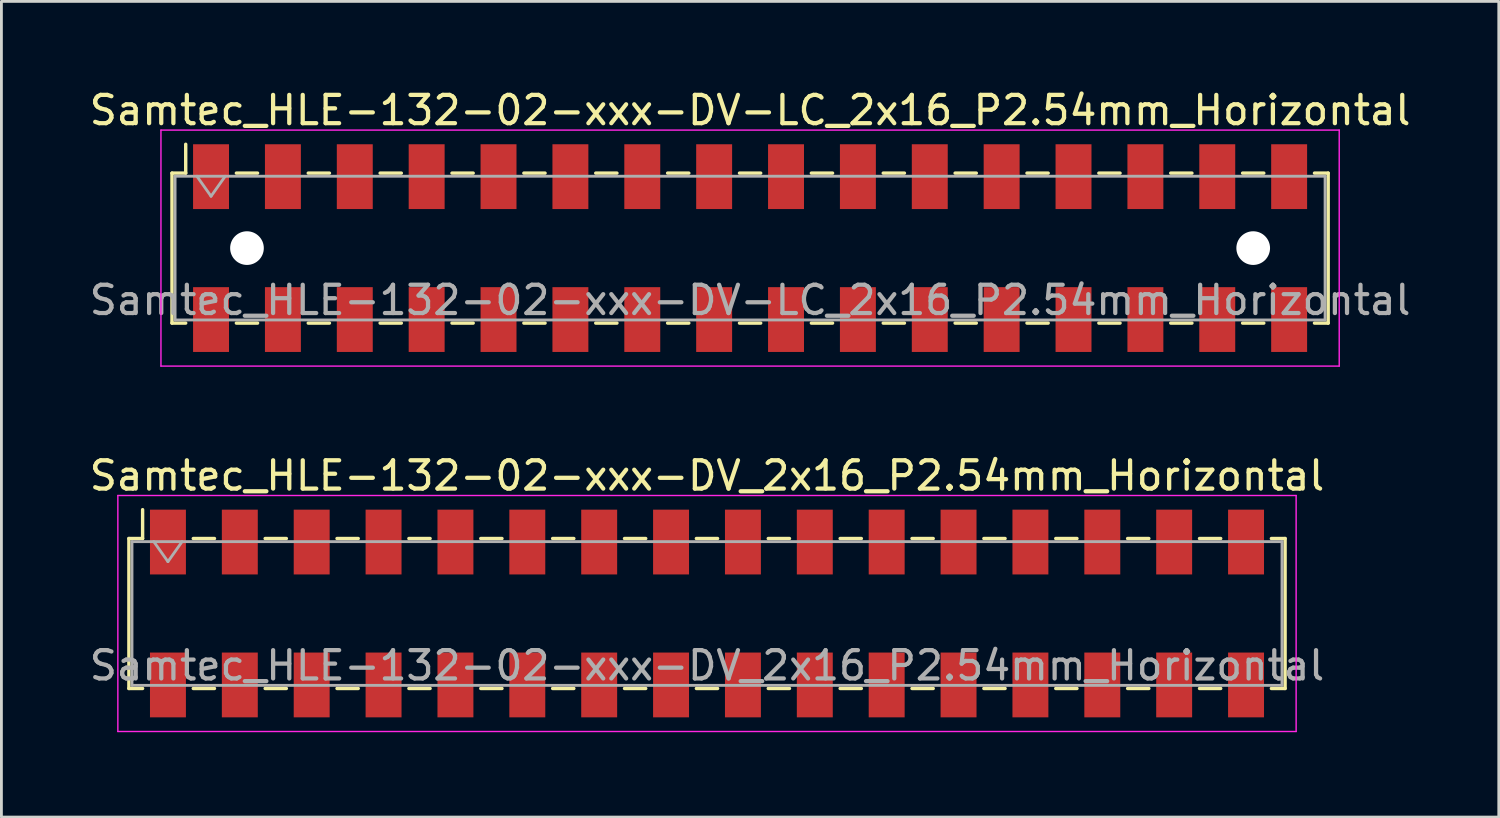
<source format=kicad_pcb>
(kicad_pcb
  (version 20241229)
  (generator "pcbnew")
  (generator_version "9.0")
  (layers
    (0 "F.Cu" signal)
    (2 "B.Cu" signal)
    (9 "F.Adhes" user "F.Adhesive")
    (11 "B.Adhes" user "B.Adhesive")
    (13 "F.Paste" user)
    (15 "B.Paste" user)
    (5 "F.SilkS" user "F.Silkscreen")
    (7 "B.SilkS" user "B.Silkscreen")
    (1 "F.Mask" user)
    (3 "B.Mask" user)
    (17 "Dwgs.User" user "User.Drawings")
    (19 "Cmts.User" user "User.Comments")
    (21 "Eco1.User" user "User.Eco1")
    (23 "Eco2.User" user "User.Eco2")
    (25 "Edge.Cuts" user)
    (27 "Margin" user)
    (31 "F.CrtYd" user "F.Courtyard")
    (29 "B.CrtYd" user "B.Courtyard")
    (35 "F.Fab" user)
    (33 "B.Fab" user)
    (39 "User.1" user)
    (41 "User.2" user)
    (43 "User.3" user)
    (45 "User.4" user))
  (footprint "Samtec_HLE-132-02-xxx-DV-LC_2x16_P2.54mm_Horizontal"
    (layer "F.Cu")
    (at 23.458 5.718)
    (property "Reference" "Samtec_HLE-132-02-xxx-DV-LC_2x16_P2.54mm_Horizontal" (at 0 -4.87 0) (layer "F.SilkS") (effects (font (size 1 1) (thickness 0.15))))
    (attr smd)
    (fp_line (start -20.43 -2.65) (end -20.43 2.65) (stroke (width 0.12) (type solid)) (layer "F.SilkS"))
    (fp_line (start -20.43 2.65) (end -19.945 2.65) (stroke (width 0.12) (type solid)) (layer "F.SilkS"))
    (fp_line (start -19.945 -3.67) (end -19.945 -2.65) (stroke (width 0.12) (type solid)) (layer "F.SilkS"))
    (fp_line (start -19.945 -2.65) (end -20.43 -2.65) (stroke (width 0.12) (type solid)) (layer "F.SilkS"))
    (fp_line (start -18.155 -2.65) (end -17.405 -2.65) (stroke (width 0.12) (type solid)) (layer "F.SilkS"))
    (fp_line (start -18.155 2.65) (end -17.405 2.65) (stroke (width 0.12) (type solid)) (layer "F.SilkS"))
    (fp_line (start -15.615 -2.65) (end -14.865 -2.65) (stroke (width 0.12) (type solid)) (layer "F.SilkS"))
    (fp_line (start -15.615 2.65) (end -14.865 2.65) (stroke (width 0.12) (type solid)) (layer "F.SilkS"))
    (fp_line (start -13.075 -2.65) (end -12.325 -2.65) (stroke (width 0.12) (type solid)) (layer "F.SilkS"))
    (fp_line (start -13.075 2.65) (end -12.325 2.65) (stroke (width 0.12) (type solid)) (layer "F.SilkS"))
    (fp_line (start -10.535 -2.65) (end -9.785 -2.65) (stroke (width 0.12) (type solid)) (layer "F.SilkS"))
    (fp_line (start -10.535 2.65) (end -9.785 2.65) (stroke (width 0.12) (type solid)) (layer "F.SilkS"))
    (fp_line (start -7.995 -2.65) (end -7.245 -2.65) (stroke (width 0.12) (type solid)) (layer "F.SilkS"))
    (fp_line (start -7.995 2.65) (end -7.245 2.65) (stroke (width 0.12) (type solid)) (layer "F.SilkS"))
    (fp_line (start -5.455 -2.65) (end -4.705 -2.65) (stroke (width 0.12) (type solid)) (layer "F.SilkS"))
    (fp_line (start -5.455 2.65) (end -4.705 2.65) (stroke (width 0.12) (type solid)) (layer "F.SilkS"))
    (fp_line (start -2.915 -2.65) (end -2.165 -2.65) (stroke (width 0.12) (type solid)) (layer "F.SilkS"))
    (fp_line (start -2.915 2.65) (end -2.165 2.65) (stroke (width 0.12) (type solid)) (layer "F.SilkS"))
    (fp_line (start -0.375 -2.65) (end 0.375 -2.65) (stroke (width 0.12) (type solid)) (layer "F.SilkS"))
    (fp_line (start -0.375 2.65) (end 0.375 2.65) (stroke (width 0.12) (type solid)) (layer "F.SilkS"))
    (fp_line (start 2.165 -2.65) (end 2.915 -2.65) (stroke (width 0.12) (type solid)) (layer "F.SilkS"))
    (fp_line (start 2.165 2.65) (end 2.915 2.65) (stroke (width 0.12) (type solid)) (layer "F.SilkS"))
    (fp_line (start 4.705 -2.65) (end 5.455 -2.65) (stroke (width 0.12) (type solid)) (layer "F.SilkS"))
    (fp_line (start 4.705 2.65) (end 5.455 2.65) (stroke (width 0.12) (type solid)) (layer "F.SilkS"))
    (fp_line (start 7.245 -2.65) (end 7.995 -2.65) (stroke (width 0.12) (type solid)) (layer "F.SilkS"))
    (fp_line (start 7.245 2.65) (end 7.995 2.65) (stroke (width 0.12) (type solid)) (layer "F.SilkS"))
    (fp_line (start 9.785 -2.65) (end 10.535 -2.65) (stroke (width 0.12) (type solid)) (layer "F.SilkS"))
    (fp_line (start 9.785 2.65) (end 10.535 2.65) (stroke (width 0.12) (type solid)) (layer "F.SilkS"))
    (fp_line (start 12.325 -2.65) (end 13.075 -2.65) (stroke (width 0.12) (type solid)) (layer "F.SilkS"))
    (fp_line (start 12.325 2.65) (end 13.075 2.65) (stroke (width 0.12) (type solid)) (layer "F.SilkS"))
    (fp_line (start 14.865 -2.65) (end 15.615 -2.65) (stroke (width 0.12) (type solid)) (layer "F.SilkS"))
    (fp_line (start 14.865 2.65) (end 15.615 2.65) (stroke (width 0.12) (type solid)) (layer "F.SilkS"))
    (fp_line (start 17.405 -2.65) (end 18.155 -2.65) (stroke (width 0.12) (type solid)) (layer "F.SilkS"))
    (fp_line (start 17.405 2.65) (end 18.155 2.65) (stroke (width 0.12) (type solid)) (layer "F.SilkS"))
    (fp_line (start 19.945 -2.65) (end 20.43 -2.65) (stroke (width 0.12) (type solid)) (layer "F.SilkS"))
    (fp_line (start 20.43 -2.65) (end 20.43 2.65) (stroke (width 0.12) (type solid)) (layer "F.SilkS"))
    (fp_line (start 20.43 2.65) (end 19.945 2.65) (stroke (width 0.12) (type solid)) (layer "F.SilkS"))
    (fp_line (start -20.82 -4.17) (end 20.82 -4.17) (stroke (width 0.05) (type solid)) (layer "F.CrtYd"))
    (fp_line (start -20.82 4.17) (end -20.82 -4.17) (stroke (width 0.05) (type solid)) (layer "F.CrtYd"))
    (fp_line (start 20.82 -4.17) (end 20.82 4.17) (stroke (width 0.05) (type solid)) (layer "F.CrtYd"))
    (fp_line (start 20.82 4.17) (end -20.82 4.17) (stroke (width 0.05) (type solid)) (layer "F.CrtYd"))
    (fp_line (start -20.32 -2.54) (end 20.32 -2.54) (stroke (width 0.1) (type solid)) (layer "F.Fab"))
    (fp_line (start -20.32 2.54) (end -20.32 -2.54) (stroke (width 0.1) (type solid)) (layer "F.Fab"))
    (fp_line (start -19.55 -2.54) (end -19.05 -1.833) (stroke (width 0.1) (type solid)) (layer "F.Fab"))
    (fp_line (start -19.05 -1.833) (end -18.55 -2.54) (stroke (width 0.1) (type solid)) (layer "F.Fab"))
    (fp_line (start 20.32 -2.54) (end 20.32 2.54) (stroke (width 0.1) (type solid)) (layer "F.Fab"))
    (fp_line (start 20.32 2.54) (end -20.32 2.54) (stroke (width 0.1) (type solid)) (layer "F.Fab"))
    (fp_text user "${REFERENCE}" (at 0 1.84 0) (layer "F.Fab") (effects (font (size 1 1) (thickness 0.15))))
    (pad "" np_thru_hole circle (at -17.78 0) (size 1.19 1.19) (drill 1.19) (layers "*.Cu" "*.Mask"))
    (pad "" np_thru_hole circle (at 17.78 0) (size 1.19 1.19) (drill 1.19) (layers "*.Cu" "*.Mask"))
    (pad "1" smd rect (at -19.05 -2.525) (size 1.27 2.29) (layers "F.Cu" "F.Mask" "F.Paste"))
    (pad "2" smd rect (at -19.05 2.525) (size 1.27 2.29) (layers "F.Cu" "F.Mask" "F.Paste"))
    (pad "3" smd rect (at -16.51 -2.525) (size 1.27 2.29) (layers "F.Cu" "F.Mask" "F.Paste"))
    (pad "4" smd rect (at -16.51 2.525) (size 1.27 2.29) (layers "F.Cu" "F.Mask" "F.Paste"))
    (pad "5" smd rect (at -13.97 -2.525) (size 1.27 2.29) (layers "F.Cu" "F.Mask" "F.Paste"))
    (pad "6" smd rect (at -13.97 2.525) (size 1.27 2.29) (layers "F.Cu" "F.Mask" "F.Paste"))
    (pad "7" smd rect (at -11.43 -2.525) (size 1.27 2.29) (layers "F.Cu" "F.Mask" "F.Paste"))
    (pad "8" smd rect (at -11.43 2.525) (size 1.27 2.29) (layers "F.Cu" "F.Mask" "F.Paste"))
    (pad "9" smd rect (at -8.89 -2.525) (size 1.27 2.29) (layers "F.Cu" "F.Mask" "F.Paste"))
    (pad "10" smd rect (at -8.89 2.525) (size 1.27 2.29) (layers "F.Cu" "F.Mask" "F.Paste"))
    (pad "11" smd rect (at -6.35 -2.525) (size 1.27 2.29) (layers "F.Cu" "F.Mask" "F.Paste"))
    (pad "12" smd rect (at -6.35 2.525) (size 1.27 2.29) (layers "F.Cu" "F.Mask" "F.Paste"))
    (pad "13" smd rect (at -3.81 -2.525) (size 1.27 2.29) (layers "F.Cu" "F.Mask" "F.Paste"))
    (pad "14" smd rect (at -3.81 2.525) (size 1.27 2.29) (layers "F.Cu" "F.Mask" "F.Paste"))
    (pad "15" smd rect (at -1.27 -2.525) (size 1.27 2.29) (layers "F.Cu" "F.Mask" "F.Paste"))
    (pad "16" smd rect (at -1.27 2.525) (size 1.27 2.29) (layers "F.Cu" "F.Mask" "F.Paste"))
    (pad "17" smd rect (at 1.27 -2.525) (size 1.27 2.29) (layers "F.Cu" "F.Mask" "F.Paste"))
    (pad "18" smd rect (at 1.27 2.525) (size 1.27 2.29) (layers "F.Cu" "F.Mask" "F.Paste"))
    (pad "19" smd rect (at 3.81 -2.525) (size 1.27 2.29) (layers "F.Cu" "F.Mask" "F.Paste"))
    (pad "20" smd rect (at 3.81 2.525) (size 1.27 2.29) (layers "F.Cu" "F.Mask" "F.Paste"))
    (pad "21" smd rect (at 6.35 -2.525) (size 1.27 2.29) (layers "F.Cu" "F.Mask" "F.Paste"))
    (pad "22" smd rect (at 6.35 2.525) (size 1.27 2.29) (layers "F.Cu" "F.Mask" "F.Paste"))
    (pad "23" smd rect (at 8.89 -2.525) (size 1.27 2.29) (layers "F.Cu" "F.Mask" "F.Paste"))
    (pad "24" smd rect (at 8.89 2.525) (size 1.27 2.29) (layers "F.Cu" "F.Mask" "F.Paste"))
    (pad "25" smd rect (at 11.43 -2.525) (size 1.27 2.29) (layers "F.Cu" "F.Mask" "F.Paste"))
    (pad "26" smd rect (at 11.43 2.525) (size 1.27 2.29) (layers "F.Cu" "F.Mask" "F.Paste"))
    (pad "27" smd rect (at 13.97 -2.525) (size 1.27 2.29) (layers "F.Cu" "F.Mask" "F.Paste"))
    (pad "28" smd rect (at 13.97 2.525) (size 1.27 2.29) (layers "F.Cu" "F.Mask" "F.Paste"))
    (pad "29" smd rect (at 16.51 -2.525) (size 1.27 2.29) (layers "F.Cu" "F.Mask" "F.Paste"))
    (pad "30" smd rect (at 16.51 2.525) (size 1.27 2.29) (layers "F.Cu" "F.Mask" "F.Paste"))
    (pad "31" smd rect (at 19.05 -2.525) (size 1.27 2.29) (layers "F.Cu" "F.Mask" "F.Paste"))
    (pad "32" smd rect (at 19.05 2.525) (size 1.27 2.29) (layers "F.Cu" "F.Mask" "F.Paste")))
  (footprint "Samtec_HLE-132-02-xxx-DV_2x16_P2.54mm_Horizontal"
    (layer "F.Cu")
    (at 21.935 18.631)
    (property "Reference" "Samtec_HLE-132-02-xxx-DV_2x16_P2.54mm_Horizontal" (at 0 -4.87 0) (layer "F.SilkS") (effects (font (size 1 1) (thickness 0.15))))
    (attr smd)
    (fp_line (start -20.43 -2.65) (end -20.43 2.65) (stroke (width 0.12) (type solid)) (layer "F.SilkS"))
    (fp_line (start -20.43 2.65) (end -19.945 2.65) (stroke (width 0.12) (type solid)) (layer "F.SilkS"))
    (fp_line (start -19.945 -3.67) (end -19.945 -2.65) (stroke (width 0.12) (type solid)) (layer "F.SilkS"))
    (fp_line (start -19.945 -2.65) (end -20.43 -2.65) (stroke (width 0.12) (type solid)) (layer "F.SilkS"))
    (fp_line (start -18.155 -2.65) (end -17.405 -2.65) (stroke (width 0.12) (type solid)) (layer "F.SilkS"))
    (fp_line (start -18.155 2.65) (end -17.405 2.65) (stroke (width 0.12) (type solid)) (layer "F.SilkS"))
    (fp_line (start -15.615 -2.65) (end -14.865 -2.65) (stroke (width 0.12) (type solid)) (layer "F.SilkS"))
    (fp_line (start -15.615 2.65) (end -14.865 2.65) (stroke (width 0.12) (type solid)) (layer "F.SilkS"))
    (fp_line (start -13.075 -2.65) (end -12.325 -2.65) (stroke (width 0.12) (type solid)) (layer "F.SilkS"))
    (fp_line (start -13.075 2.65) (end -12.325 2.65) (stroke (width 0.12) (type solid)) (layer "F.SilkS"))
    (fp_line (start -10.535 -2.65) (end -9.785 -2.65) (stroke (width 0.12) (type solid)) (layer "F.SilkS"))
    (fp_line (start -10.535 2.65) (end -9.785 2.65) (stroke (width 0.12) (type solid)) (layer "F.SilkS"))
    (fp_line (start -7.995 -2.65) (end -7.245 -2.65) (stroke (width 0.12) (type solid)) (layer "F.SilkS"))
    (fp_line (start -7.995 2.65) (end -7.245 2.65) (stroke (width 0.12) (type solid)) (layer "F.SilkS"))
    (fp_line (start -5.455 -2.65) (end -4.705 -2.65) (stroke (width 0.12) (type solid)) (layer "F.SilkS"))
    (fp_line (start -5.455 2.65) (end -4.705 2.65) (stroke (width 0.12) (type solid)) (layer "F.SilkS"))
    (fp_line (start -2.915 -2.65) (end -2.165 -2.65) (stroke (width 0.12) (type solid)) (layer "F.SilkS"))
    (fp_line (start -2.915 2.65) (end -2.165 2.65) (stroke (width 0.12) (type solid)) (layer "F.SilkS"))
    (fp_line (start -0.375 -2.65) (end 0.375 -2.65) (stroke (width 0.12) (type solid)) (layer "F.SilkS"))
    (fp_line (start -0.375 2.65) (end 0.375 2.65) (stroke (width 0.12) (type solid)) (layer "F.SilkS"))
    (fp_line (start 2.165 -2.65) (end 2.915 -2.65) (stroke (width 0.12) (type solid)) (layer "F.SilkS"))
    (fp_line (start 2.165 2.65) (end 2.915 2.65) (stroke (width 0.12) (type solid)) (layer "F.SilkS"))
    (fp_line (start 4.705 -2.65) (end 5.455 -2.65) (stroke (width 0.12) (type solid)) (layer "F.SilkS"))
    (fp_line (start 4.705 2.65) (end 5.455 2.65) (stroke (width 0.12) (type solid)) (layer "F.SilkS"))
    (fp_line (start 7.245 -2.65) (end 7.995 -2.65) (stroke (width 0.12) (type solid)) (layer "F.SilkS"))
    (fp_line (start 7.245 2.65) (end 7.995 2.65) (stroke (width 0.12) (type solid)) (layer "F.SilkS"))
    (fp_line (start 9.785 -2.65) (end 10.535 -2.65) (stroke (width 0.12) (type solid)) (layer "F.SilkS"))
    (fp_line (start 9.785 2.65) (end 10.535 2.65) (stroke (width 0.12) (type solid)) (layer "F.SilkS"))
    (fp_line (start 12.325 -2.65) (end 13.075 -2.65) (stroke (width 0.12) (type solid)) (layer "F.SilkS"))
    (fp_line (start 12.325 2.65) (end 13.075 2.65) (stroke (width 0.12) (type solid)) (layer "F.SilkS"))
    (fp_line (start 14.865 -2.65) (end 15.615 -2.65) (stroke (width 0.12) (type solid)) (layer "F.SilkS"))
    (fp_line (start 14.865 2.65) (end 15.615 2.65) (stroke (width 0.12) (type solid)) (layer "F.SilkS"))
    (fp_line (start 17.405 -2.65) (end 18.155 -2.65) (stroke (width 0.12) (type solid)) (layer "F.SilkS"))
    (fp_line (start 17.405 2.65) (end 18.155 2.65) (stroke (width 0.12) (type solid)) (layer "F.SilkS"))
    (fp_line (start 19.945 -2.65) (end 20.43 -2.65) (stroke (width 0.12) (type solid)) (layer "F.SilkS"))
    (fp_line (start 20.43 -2.65) (end 20.43 2.65) (stroke (width 0.12) (type solid)) (layer "F.SilkS"))
    (fp_line (start 20.43 2.65) (end 19.945 2.65) (stroke (width 0.12) (type solid)) (layer "F.SilkS"))
    (fp_line (start -20.82 -4.17) (end 20.82 -4.17) (stroke (width 0.05) (type solid)) (layer "F.CrtYd"))
    (fp_line (start -20.82 4.17) (end -20.82 -4.17) (stroke (width 0.05) (type solid)) (layer "F.CrtYd"))
    (fp_line (start 20.82 -4.17) (end 20.82 4.17) (stroke (width 0.05) (type solid)) (layer "F.CrtYd"))
    (fp_line (start 20.82 4.17) (end -20.82 4.17) (stroke (width 0.05) (type solid)) (layer "F.CrtYd"))
    (fp_line (start -20.32 -2.54) (end 20.32 -2.54) (stroke (width 0.1) (type solid)) (layer "F.Fab"))
    (fp_line (start -20.32 2.54) (end -20.32 -2.54) (stroke (width 0.1) (type solid)) (layer "F.Fab"))
    (fp_line (start -19.55 -2.54) (end -19.05 -1.833) (stroke (width 0.1) (type solid)) (layer "F.Fab"))
    (fp_line (start -19.05 -1.833) (end -18.55 -2.54) (stroke (width 0.1) (type solid)) (layer "F.Fab"))
    (fp_line (start 20.32 -2.54) (end 20.32 2.54) (stroke (width 0.1) (type solid)) (layer "F.Fab"))
    (fp_line (start 20.32 2.54) (end -20.32 2.54) (stroke (width 0.1) (type solid)) (layer "F.Fab"))
    (fp_text user "${REFERENCE}" (at 0 1.84 0) (layer "F.Fab") (effects (font (size 1 1) (thickness 0.15))))
    (pad "1" smd rect (at -19.05 -2.525) (size 1.27 2.29) (layers "F.Cu" "F.Mask" "F.Paste"))
    (pad "2" smd rect (at -19.05 2.525) (size 1.27 2.29) (layers "F.Cu" "F.Mask" "F.Paste"))
    (pad "3" smd rect (at -16.51 -2.525) (size 1.27 2.29) (layers "F.Cu" "F.Mask" "F.Paste"))
    (pad "4" smd rect (at -16.51 2.525) (size 1.27 2.29) (layers "F.Cu" "F.Mask" "F.Paste"))
    (pad "5" smd rect (at -13.97 -2.525) (size 1.27 2.29) (layers "F.Cu" "F.Mask" "F.Paste"))
    (pad "6" smd rect (at -13.97 2.525) (size 1.27 2.29) (layers "F.Cu" "F.Mask" "F.Paste"))
    (pad "7" smd rect (at -11.43 -2.525) (size 1.27 2.29) (layers "F.Cu" "F.Mask" "F.Paste"))
    (pad "8" smd rect (at -11.43 2.525) (size 1.27 2.29) (layers "F.Cu" "F.Mask" "F.Paste"))
    (pad "9" smd rect (at -8.89 -2.525) (size 1.27 2.29) (layers "F.Cu" "F.Mask" "F.Paste"))
    (pad "10" smd rect (at -8.89 2.525) (size 1.27 2.29) (layers "F.Cu" "F.Mask" "F.Paste"))
    (pad "11" smd rect (at -6.35 -2.525) (size 1.27 2.29) (layers "F.Cu" "F.Mask" "F.Paste"))
    (pad "12" smd rect (at -6.35 2.525) (size 1.27 2.29) (layers "F.Cu" "F.Mask" "F.Paste"))
    (pad "13" smd rect (at -3.81 -2.525) (size 1.27 2.29) (layers "F.Cu" "F.Mask" "F.Paste"))
    (pad "14" smd rect (at -3.81 2.525) (size 1.27 2.29) (layers "F.Cu" "F.Mask" "F.Paste"))
    (pad "15" smd rect (at -1.27 -2.525) (size 1.27 2.29) (layers "F.Cu" "F.Mask" "F.Paste"))
    (pad "16" smd rect (at -1.27 2.525) (size 1.27 2.29) (layers "F.Cu" "F.Mask" "F.Paste"))
    (pad "17" smd rect (at 1.27 -2.525) (size 1.27 2.29) (layers "F.Cu" "F.Mask" "F.Paste"))
    (pad "18" smd rect (at 1.27 2.525) (size 1.27 2.29) (layers "F.Cu" "F.Mask" "F.Paste"))
    (pad "19" smd rect (at 3.81 -2.525) (size 1.27 2.29) (layers "F.Cu" "F.Mask" "F.Paste"))
    (pad "20" smd rect (at 3.81 2.525) (size 1.27 2.29) (layers "F.Cu" "F.Mask" "F.Paste"))
    (pad "21" smd rect (at 6.35 -2.525) (size 1.27 2.29) (layers "F.Cu" "F.Mask" "F.Paste"))
    (pad "22" smd rect (at 6.35 2.525) (size 1.27 2.29) (layers "F.Cu" "F.Mask" "F.Paste"))
    (pad "23" smd rect (at 8.89 -2.525) (size 1.27 2.29) (layers "F.Cu" "F.Mask" "F.Paste"))
    (pad "24" smd rect (at 8.89 2.525) (size 1.27 2.29) (layers "F.Cu" "F.Mask" "F.Paste"))
    (pad "25" smd rect (at 11.43 -2.525) (size 1.27 2.29) (layers "F.Cu" "F.Mask" "F.Paste"))
    (pad "26" smd rect (at 11.43 2.525) (size 1.27 2.29) (layers "F.Cu" "F.Mask" "F.Paste"))
    (pad "27" smd rect (at 13.97 -2.525) (size 1.27 2.29) (layers "F.Cu" "F.Mask" "F.Paste"))
    (pad "28" smd rect (at 13.97 2.525) (size 1.27 2.29) (layers "F.Cu" "F.Mask" "F.Paste"))
    (pad "29" smd rect (at 16.51 -2.525) (size 1.27 2.29) (layers "F.Cu" "F.Mask" "F.Paste"))
    (pad "30" smd rect (at 16.51 2.525) (size 1.27 2.29) (layers "F.Cu" "F.Mask" "F.Paste"))
    (pad "31" smd rect (at 19.05 -2.525) (size 1.27 2.29) (layers "F.Cu" "F.Mask" "F.Paste"))
    (pad "32" smd rect (at 19.05 2.525) (size 1.27 2.29) (layers "F.Cu" "F.Mask" "F.Paste")))
  (gr_rect
    (start -3 -3)
    (end 49.917 25.826)
    (stroke (width 0.1) (type default))
    (fill no)
    (layer "Edge.Cuts")))
</source>
